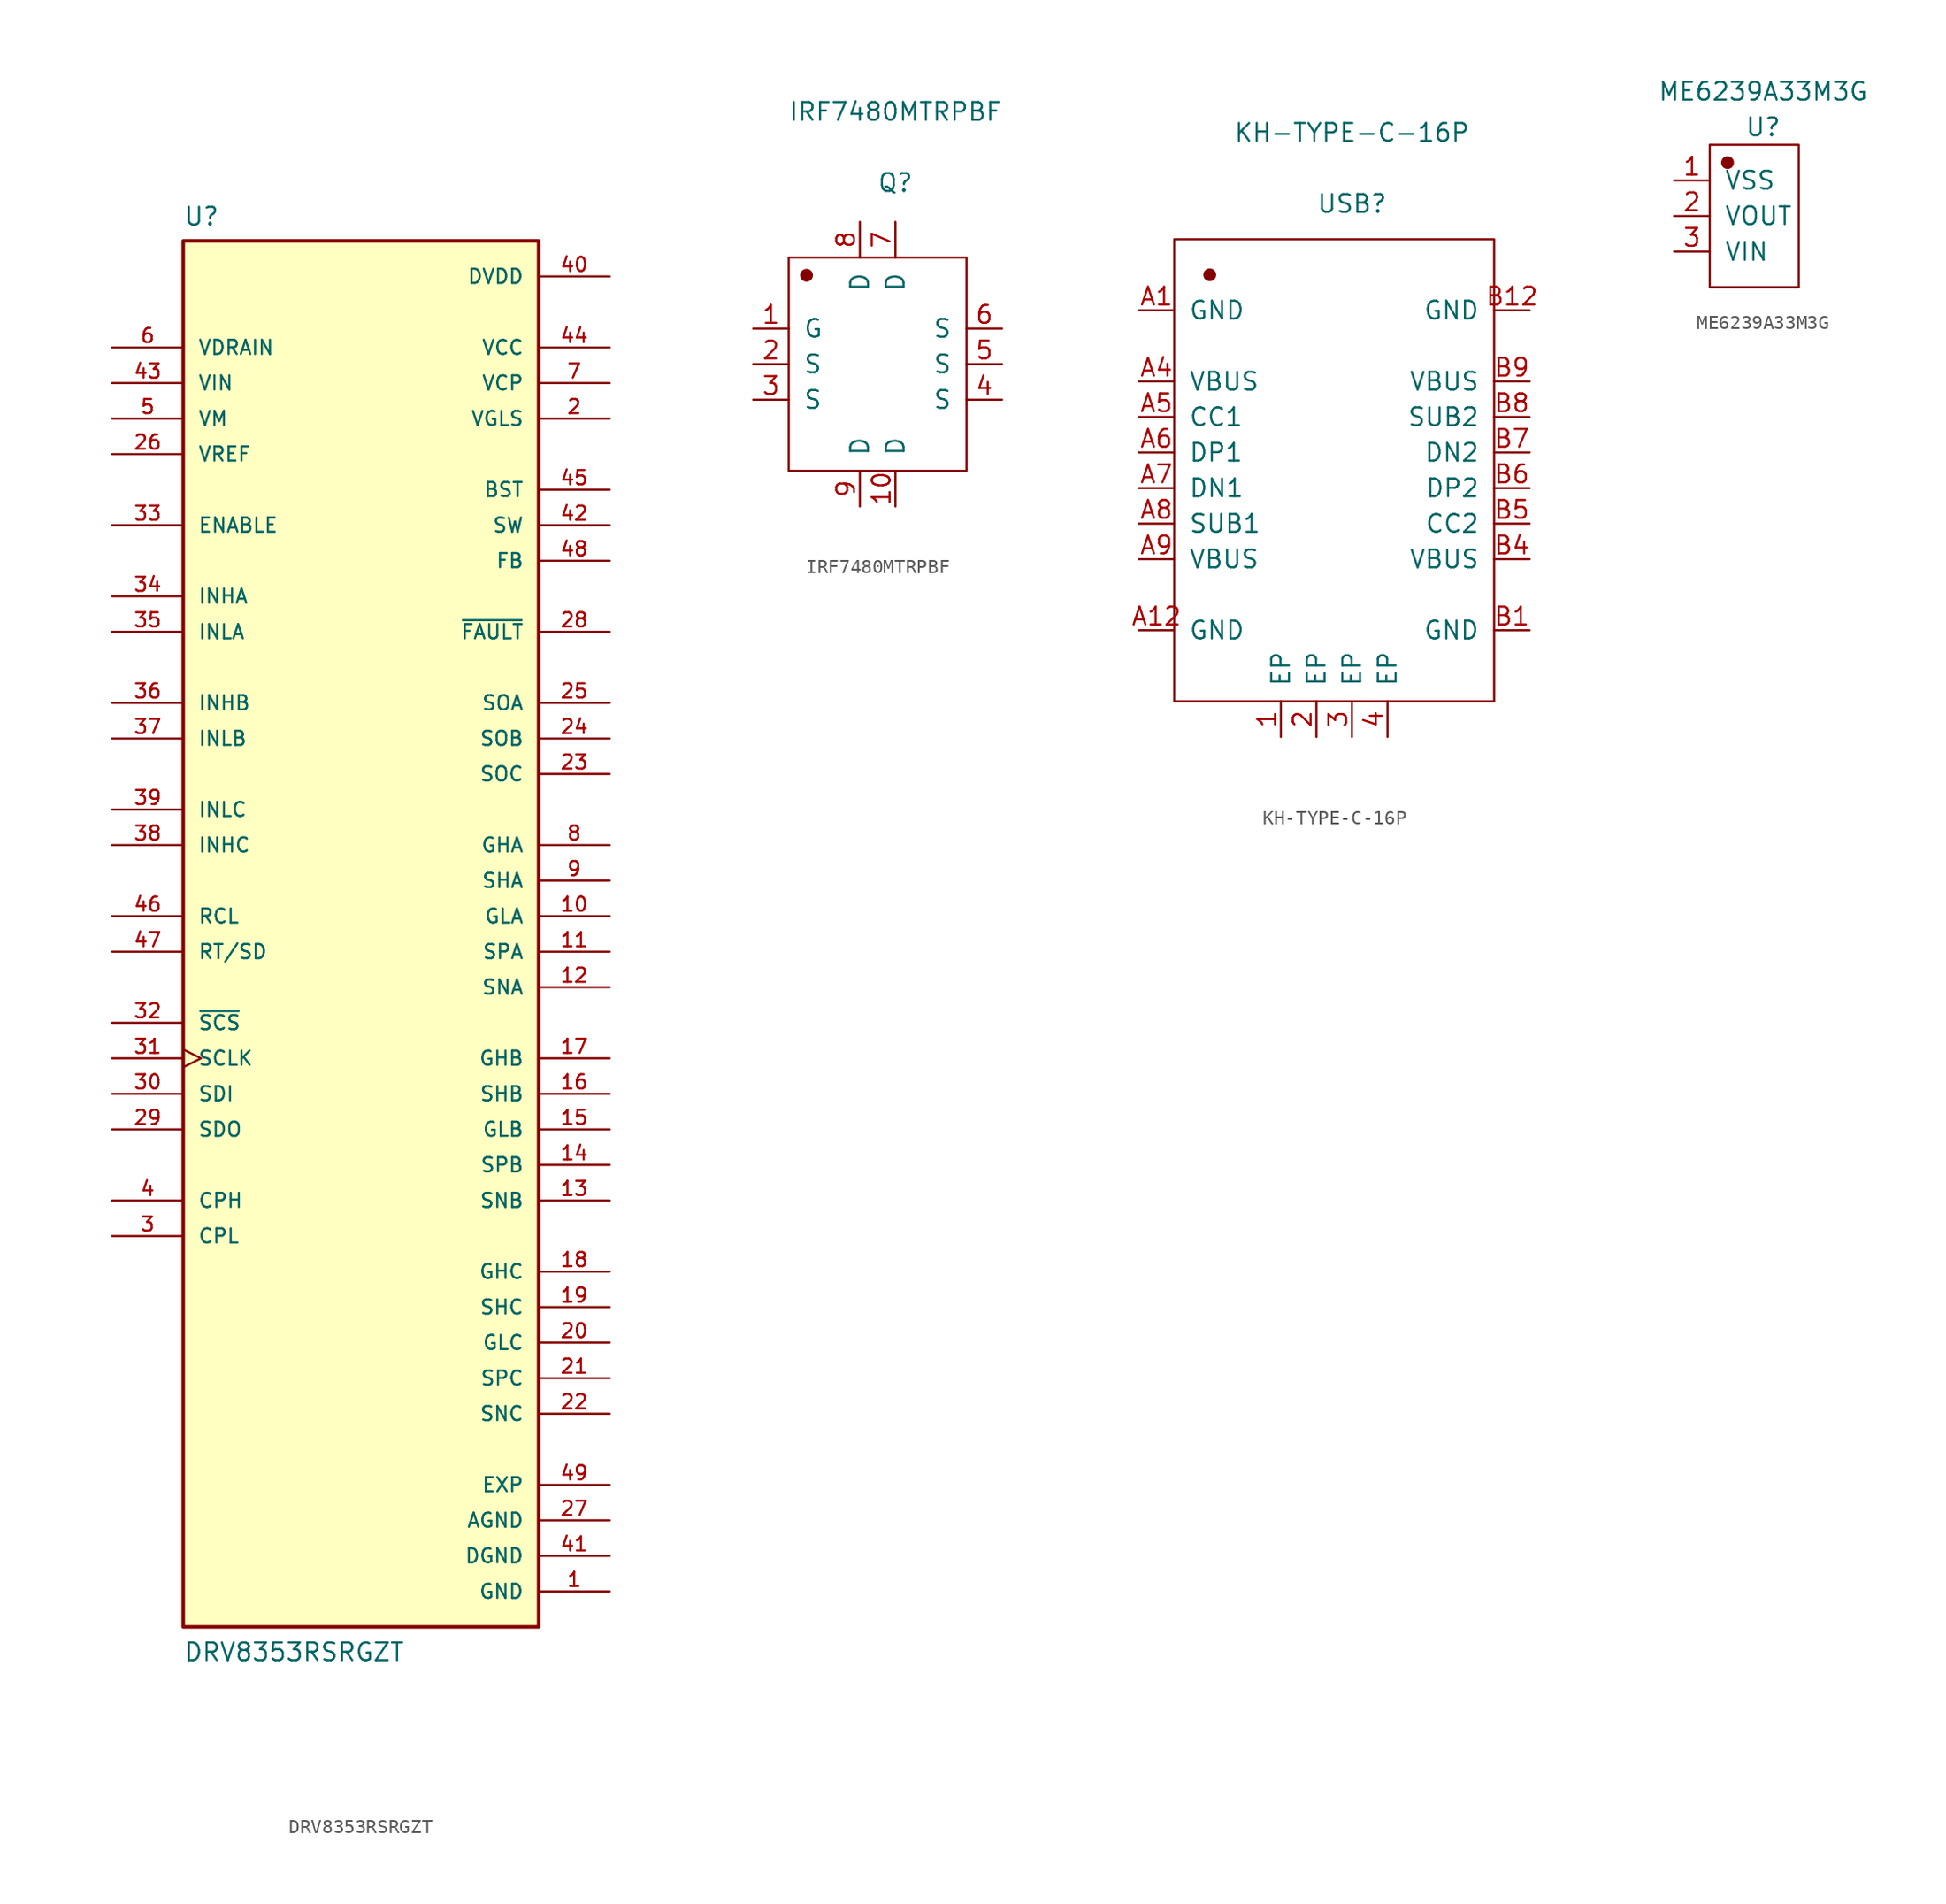
<source format=kicad_sym>
(kicad_symbol_lib
  (version 20220914)
  (generator kicad_symbol_editor)
  (symbol "DRV8353RSRGZT"
    (pin_names
      (offset 1.016))
    (property "Reference" "U"
      (at -12.7 49.26 0)
      (effects (font (size 1.27 1.27)) (justify left bottom)))
    (property "Value" "DRV8353RSRGZT"
      (at -12.7 -53.34 0)
      (effects (font (size 1.27 1.27)) (justify left bottom)))
    (symbol "DRV8353RSRGZT_0_0"
      (rectangle (start -12.7 -50.8) (end 12.7 48.26) (stroke (width 0.254) (type default)) (fill (type background)))
      (pin power_in line (at 17.78 -48.26 180) (length 5.08) (name "GND" (effects (font (size 1.016 1.016)))) (number "1" (effects (font (size 1.016 1.016)))))
      (pin output line (at 17.78 0 180) (length 5.08) (name "GLA" (effects (font (size 1.016 1.016)))) (number "10" (effects (font (size 1.016 1.016)))))
      (pin input line (at 17.78 -2.54 180) (length 5.08) (name "SPA" (effects (font (size 1.016 1.016)))) (number "11" (effects (font (size 1.016 1.016)))))
      (pin input line (at 17.78 -5.08 180) (length 5.08) (name "SNA" (effects (font (size 1.016 1.016)))) (number "12" (effects (font (size 1.016 1.016)))))
      (pin input line (at 17.78 -20.32 180) (length 5.08) (name "SNB" (effects (font (size 1.016 1.016)))) (number "13" (effects (font (size 1.016 1.016)))))
      (pin input line (at 17.78 -17.78 180) (length 5.08) (name "SPB" (effects (font (size 1.016 1.016)))) (number "14" (effects (font (size 1.016 1.016)))))
      (pin output line (at 17.78 -15.24 180) (length 5.08) (name "GLB" (effects (font (size 1.016 1.016)))) (number "15" (effects (font (size 1.016 1.016)))))
      (pin input line (at 17.78 -12.7 180) (length 5.08) (name "SHB" (effects (font (size 1.016 1.016)))) (number "16" (effects (font (size 1.016 1.016)))))
      (pin output line (at 17.78 -10.16 180) (length 5.08) (name "GHB" (effects (font (size 1.016 1.016)))) (number "17" (effects (font (size 1.016 1.016)))))
      (pin output line (at 17.78 -25.4 180) (length 5.08) (name "GHC" (effects (font (size 1.016 1.016)))) (number "18" (effects (font (size 1.016 1.016)))))
      (pin input line (at 17.78 -27.94 180) (length 5.08) (name "SHC" (effects (font (size 1.016 1.016)))) (number "19" (effects (font (size 1.016 1.016)))))
      (pin output line (at 17.78 35.56 180) (length 5.08) (name "VGLS" (effects (font (size 1.016 1.016)))) (number "2" (effects (font (size 1.016 1.016)))))
      (pin output line (at 17.78 -30.48 180) (length 5.08) (name "GLC" (effects (font (size 1.016 1.016)))) (number "20" (effects (font (size 1.016 1.016)))))
      (pin input line (at 17.78 -33.02 180) (length 5.08) (name "SPC" (effects (font (size 1.016 1.016)))) (number "21" (effects (font (size 1.016 1.016)))))
      (pin input line (at 17.78 -35.56 180) (length 5.08) (name "SNC" (effects (font (size 1.016 1.016)))) (number "22" (effects (font (size 1.016 1.016)))))
      (pin output line (at 17.78 10.16 180) (length 5.08) (name "SOC" (effects (font (size 1.016 1.016)))) (number "23" (effects (font (size 1.016 1.016)))))
      (pin output line (at 17.78 12.7 180) (length 5.08) (name "SOB" (effects (font (size 1.016 1.016)))) (number "24" (effects (font (size 1.016 1.016)))))
      (pin output line (at 17.78 15.24 180) (length 5.08) (name "SOA" (effects (font (size 1.016 1.016)))) (number "25" (effects (font (size 1.016 1.016)))))
      (pin input line (at -17.78 33.02 0) (length 5.08) (name "VREF" (effects (font (size 1.016 1.016)))) (number "26" (effects (font (size 1.016 1.016)))))
      (pin power_in line (at 17.78 -43.18 180) (length 5.08) (name "AGND" (effects (font (size 1.016 1.016)))) (number "27" (effects (font (size 1.016 1.016)))))
      (pin output line (at 17.78 20.32 180) (length 5.08) (name "~{FAULT}" (effects (font (size 1.016 1.016)))) (number "28" (effects (font (size 1.016 1.016)))))
      (pin output line (at -17.78 -15.24 0) (length 5.08) (name "SDO" (effects (font (size 1.016 1.016)))) (number "29" (effects (font (size 1.016 1.016)))))
      (pin passive line (at -17.78 -22.86 0) (length 5.08) (name "CPL" (effects (font (size 1.016 1.016)))) (number "3" (effects (font (size 1.016 1.016)))))
      (pin input line (at -17.78 -12.7 0) (length 5.08) (name "SDI" (effects (font (size 1.016 1.016)))) (number "30" (effects (font (size 1.016 1.016)))))
      (pin input clock (at -17.78 -10.16 0) (length 5.08) (name "SCLK" (effects (font (size 1.016 1.016)))) (number "31" (effects (font (size 1.016 1.016)))))
      (pin input line (at -17.78 -7.62 0) (length 5.08) (name "~{SCS}" (effects (font (size 1.016 1.016)))) (number "32" (effects (font (size 1.016 1.016)))))
      (pin input line (at -17.78 27.94 0) (length 5.08) (name "ENABLE" (effects (font (size 1.016 1.016)))) (number "33" (effects (font (size 1.016 1.016)))))
      (pin input line (at -17.78 22.86 0) (length 5.08) (name "INHA" (effects (font (size 1.016 1.016)))) (number "34" (effects (font (size 1.016 1.016)))))
      (pin input line (at -17.78 20.32 0) (length 5.08) (name "INLA" (effects (font (size 1.016 1.016)))) (number "35" (effects (font (size 1.016 1.016)))))
      (pin input line (at -17.78 15.24 0) (length 5.08) (name "INHB" (effects (font (size 1.016 1.016)))) (number "36" (effects (font (size 1.016 1.016)))))
      (pin input line (at -17.78 12.7 0) (length 5.08) (name "INLB" (effects (font (size 1.016 1.016)))) (number "37" (effects (font (size 1.016 1.016)))))
      (pin input line (at -17.78 5.08 0) (length 5.08) (name "INHC" (effects (font (size 1.016 1.016)))) (number "38" (effects (font (size 1.016 1.016)))))
      (pin input line (at -17.78 7.62 0) (length 5.08) (name "INLC" (effects (font (size 1.016 1.016)))) (number "39" (effects (font (size 1.016 1.016)))))
      (pin passive line (at -17.78 -20.32 0) (length 5.08) (name "CPH" (effects (font (size 1.016 1.016)))) (number "4" (effects (font (size 1.016 1.016)))))
      (pin power_in line (at 17.78 45.72 180) (length 5.08) (name "DVDD" (effects (font (size 1.016 1.016)))) (number "40" (effects (font (size 1.016 1.016)))))
      (pin power_in line (at 17.78 -45.72 180) (length 5.08) (name "DGND" (effects (font (size 1.016 1.016)))) (number "41" (effects (font (size 1.016 1.016)))))
      (pin output line (at 17.78 27.94 180) (length 5.08) (name "SW" (effects (font (size 1.016 1.016)))) (number "42" (effects (font (size 1.016 1.016)))))
      (pin input line (at -17.78 38.1 0) (length 5.08) (name "VIN" (effects (font (size 1.016 1.016)))) (number "43" (effects (font (size 1.016 1.016)))))
      (pin output line (at 17.78 40.64 180) (length 5.08) (name "VCC" (effects (font (size 1.016 1.016)))) (number "44" (effects (font (size 1.016 1.016)))))
      (pin passive line (at 17.78 30.48 180) (length 5.08) (name "BST" (effects (font (size 1.016 1.016)))) (number "45" (effects (font (size 1.016 1.016)))))
      (pin input line (at -17.78 0 0) (length 5.08) (name "RCL" (effects (font (size 1.016 1.016)))) (number "46" (effects (font (size 1.016 1.016)))))
      (pin input line (at -17.78 -2.54 0) (length 5.08) (name "RT/SD" (effects (font (size 1.016 1.016)))) (number "47" (effects (font (size 1.016 1.016)))))
      (pin input line (at 17.78 25.4 180) (length 5.08) (name "FB" (effects (font (size 1.016 1.016)))) (number "48" (effects (font (size 1.016 1.016)))))
      (pin power_in line (at 17.78 -40.64 180) (length 5.08) (name "EXP" (effects (font (size 1.016 1.016)))) (number "49" (effects (font (size 1.016 1.016)))))
      (pin input line (at -17.78 35.56 0) (length 5.08) (name "VM" (effects (font (size 1.016 1.016)))) (number "5" (effects (font (size 1.016 1.016)))))
      (pin input line (at -17.78 40.64 0) (length 5.08) (name "VDRAIN" (effects (font (size 1.016 1.016)))) (number "6" (effects (font (size 1.016 1.016)))))
      (pin output line (at 17.78 38.1 180) (length 5.08) (name "VCP" (effects (font (size 1.016 1.016)))) (number "7" (effects (font (size 1.016 1.016)))))
      (pin output line (at 17.78 5.08 180) (length 5.08) (name "GHA" (effects (font (size 1.016 1.016)))) (number "8" (effects (font (size 1.016 1.016)))))
      (pin input line (at 17.78 2.54 180) (length 5.08) (name "SHA" (effects (font (size 1.016 1.016)))) (number "9" (effects (font (size 1.016 1.016)))))))
  (symbol "IRF7480MTRPBF"
    (pin_names
      (offset 1.016))
    (property "Reference" "Q"
      (at 0 12.954 0)
      (effects (font (size 1.27 1.27))))
    (property "Value" "IRF7480MTRPBF"
      (at 0 18.034 0)
      (effects (font (size 1.27 1.27))))
    (symbol "IRF7480MTRPBF_1_1"
      (rectangle (start -7.62 7.62) (end 5.08 -7.62) (stroke (width 0.152) (type solid)) (fill (type none)))
      (circle (center -6.35 6.35) (radius 0.381) (stroke (width 0.152) (type solid)) (fill (type outline)))
      (pin input line (at -10.16 2.54 0) (length 2.54) (name "G" (effects (font (size 1.27 1.27)))) (number "1" (effects (font (size 1.27 1.27)))))
      (pin input line (at 0 -10.16 90) (length 2.54) (name "D" (effects (font (size 1.27 1.27)))) (number "10" (effects (font (size 1.27 1.27)))))
      (pin input line (at -10.16 0 0) (length 2.54) (name "S" (effects (font (size 1.27 1.27)))) (number "2" (effects (font (size 1.27 1.27)))))
      (pin input line (at -10.16 -2.54 0) (length 2.54) (name "S" (effects (font (size 1.27 1.27)))) (number "3" (effects (font (size 1.27 1.27)))))
      (pin input line (at 7.62 -2.54 180) (length 2.54) (name "S" (effects (font (size 1.27 1.27)))) (number "4" (effects (font (size 1.27 1.27)))))
      (pin input line (at 7.62 0 180) (length 2.54) (name "S" (effects (font (size 1.27 1.27)))) (number "5" (effects (font (size 1.27 1.27)))))
      (pin input line (at 7.62 2.54 180) (length 2.54) (name "S" (effects (font (size 1.27 1.27)))) (number "6" (effects (font (size 1.27 1.27)))))
      (pin input line (at 0 10.16 270) (length 2.54) (name "D" (effects (font (size 1.27 1.27)))) (number "7" (effects (font (size 1.27 1.27)))))
      (pin input line (at -2.54 10.16 270) (length 2.54) (name "D" (effects (font (size 1.27 1.27)))) (number "8" (effects (font (size 1.27 1.27)))))
      (pin input line (at -2.54 -10.16 90) (length 2.54) (name "D" (effects (font (size 1.27 1.27)))) (number "9" (effects (font (size 1.27 1.27)))))))
  (symbol "KH-TYPE-C-16P"
    (pin_names
      (offset 1.016))
    (property "Reference" "USB"
      (at 0 20.32 0)
      (effects (font (size 1.27 1.27))))
    (property "Value" "KH-TYPE-C-16P"
      (at 0 25.4 0)
      (effects (font (size 1.27 1.27))))
    (symbol "KH-TYPE-C-16P_1_1"
      (rectangle (start -12.7 17.78) (end 10.16 -15.24) (stroke (width 0.152) (type solid)) (fill (type none)))
      (circle (center -10.16 15.24) (radius 0.381) (stroke (width 0.152) (type solid)) (fill (type outline)))
      (pin input line (at -5.08 -17.78 90) (length 2.54) (name "EP" (effects (font (size 1.27 1.27)))) (number "1" (effects (font (size 1.27 1.27)))))
      (pin input line (at -2.54 -17.78 90) (length 2.54) (name "EP" (effects (font (size 1.27 1.27)))) (number "2" (effects (font (size 1.27 1.27)))))
      (pin input line (at 0 -17.78 90) (length 2.54) (name "EP" (effects (font (size 1.27 1.27)))) (number "3" (effects (font (size 1.27 1.27)))))
      (pin input line (at 2.54 -17.78 90) (length 2.54) (name "EP" (effects (font (size 1.27 1.27)))) (number "4" (effects (font (size 1.27 1.27)))))
      (pin input line (at -15.24 12.7 0) (length 2.54) (name "GND" (effects (font (size 1.27 1.27)))) (number "A1" (effects (font (size 1.27 1.27)))))
      (pin input line (at -15.24 -10.16 0) (length 2.54) (name "GND" (effects (font (size 1.27 1.27)))) (number "A12" (effects (font (size 1.27 1.27)))))
      (pin input line (at -15.24 7.62 0) (length 2.54) (name "VBUS" (effects (font (size 1.27 1.27)))) (number "A4" (effects (font (size 1.27 1.27)))))
      (pin input line (at -15.24 5.08 0) (length 2.54) (name "CC1" (effects (font (size 1.27 1.27)))) (number "A5" (effects (font (size 1.27 1.27)))))
      (pin input line (at -15.24 2.54 0) (length 2.54) (name "DP1" (effects (font (size 1.27 1.27)))) (number "A6" (effects (font (size 1.27 1.27)))))
      (pin input line (at -15.24 0 0) (length 2.54) (name "DN1" (effects (font (size 1.27 1.27)))) (number "A7" (effects (font (size 1.27 1.27)))))
      (pin input line (at -15.24 -2.54 0) (length 2.54) (name "SUB1" (effects (font (size 1.27 1.27)))) (number "A8" (effects (font (size 1.27 1.27)))))
      (pin input line (at -15.24 -5.08 0) (length 2.54) (name "VBUS" (effects (font (size 1.27 1.27)))) (number "A9" (effects (font (size 1.27 1.27)))))
      (pin input line (at 12.7 -10.16 180) (length 2.54) (name "GND" (effects (font (size 1.27 1.27)))) (number "B1" (effects (font (size 1.27 1.27)))))
      (pin input line (at 12.7 12.7 180) (length 2.54) (name "GND" (effects (font (size 1.27 1.27)))) (number "B12" (effects (font (size 1.27 1.27)))))
      (pin input line (at 12.7 -5.08 180) (length 2.54) (name "VBUS" (effects (font (size 1.27 1.27)))) (number "B4" (effects (font (size 1.27 1.27)))))
      (pin input line (at 12.7 -2.54 180) (length 2.54) (name "CC2" (effects (font (size 1.27 1.27)))) (number "B5" (effects (font (size 1.27 1.27)))))
      (pin input line (at 12.7 0 180) (length 2.54) (name "DP2" (effects (font (size 1.27 1.27)))) (number "B6" (effects (font (size 1.27 1.27)))))
      (pin input line (at 12.7 2.54 180) (length 2.54) (name "DN2" (effects (font (size 1.27 1.27)))) (number "B7" (effects (font (size 1.27 1.27)))))
      (pin input line (at 12.7 5.08 180) (length 2.54) (name "SUB2" (effects (font (size 1.27 1.27)))) (number "B8" (effects (font (size 1.27 1.27)))))
      (pin input line (at 12.7 7.62 180) (length 2.54) (name "VBUS" (effects (font (size 1.27 1.27)))) (number "B9" (effects (font (size 1.27 1.27)))))))
  (symbol "ME6239A33M3G"
    (pin_names
      (offset 1.016))
    (property "Reference" "U"
      (at 3.81 6.35 0)
      (effects (font (size 1.27 1.27))))
    (property "Value" "ME6239A33M3G"
      (at 3.81 8.89 0)
      (effects (font (size 1.27 1.27))))
    (symbol "ME6239A33M3G_1_1"
      (rectangle (start 0 5.08) (end 6.35 -5.08) (stroke (width 0.152) (type solid)) (fill (type none)))
      (circle (center 1.27 3.81) (radius 0.381) (stroke (width 0.152) (type solid)) (fill (type outline)))
      (pin input line (at -2.54 2.54 0) (length 2.54) (name "VSS" (effects (font (size 1.27 1.27)))) (number "1" (effects (font (size 1.27 1.27)))))
      (pin input line (at -2.54 0 0) (length 2.54) (name "VOUT" (effects (font (size 1.27 1.27)))) (number "2" (effects (font (size 1.27 1.27)))))
      (pin input line (at -2.54 -2.54 0) (length 2.54) (name "VIN" (effects (font (size 1.27 1.27)))) (number "3" (effects (font (size 1.27 1.27))))))))
</source>
